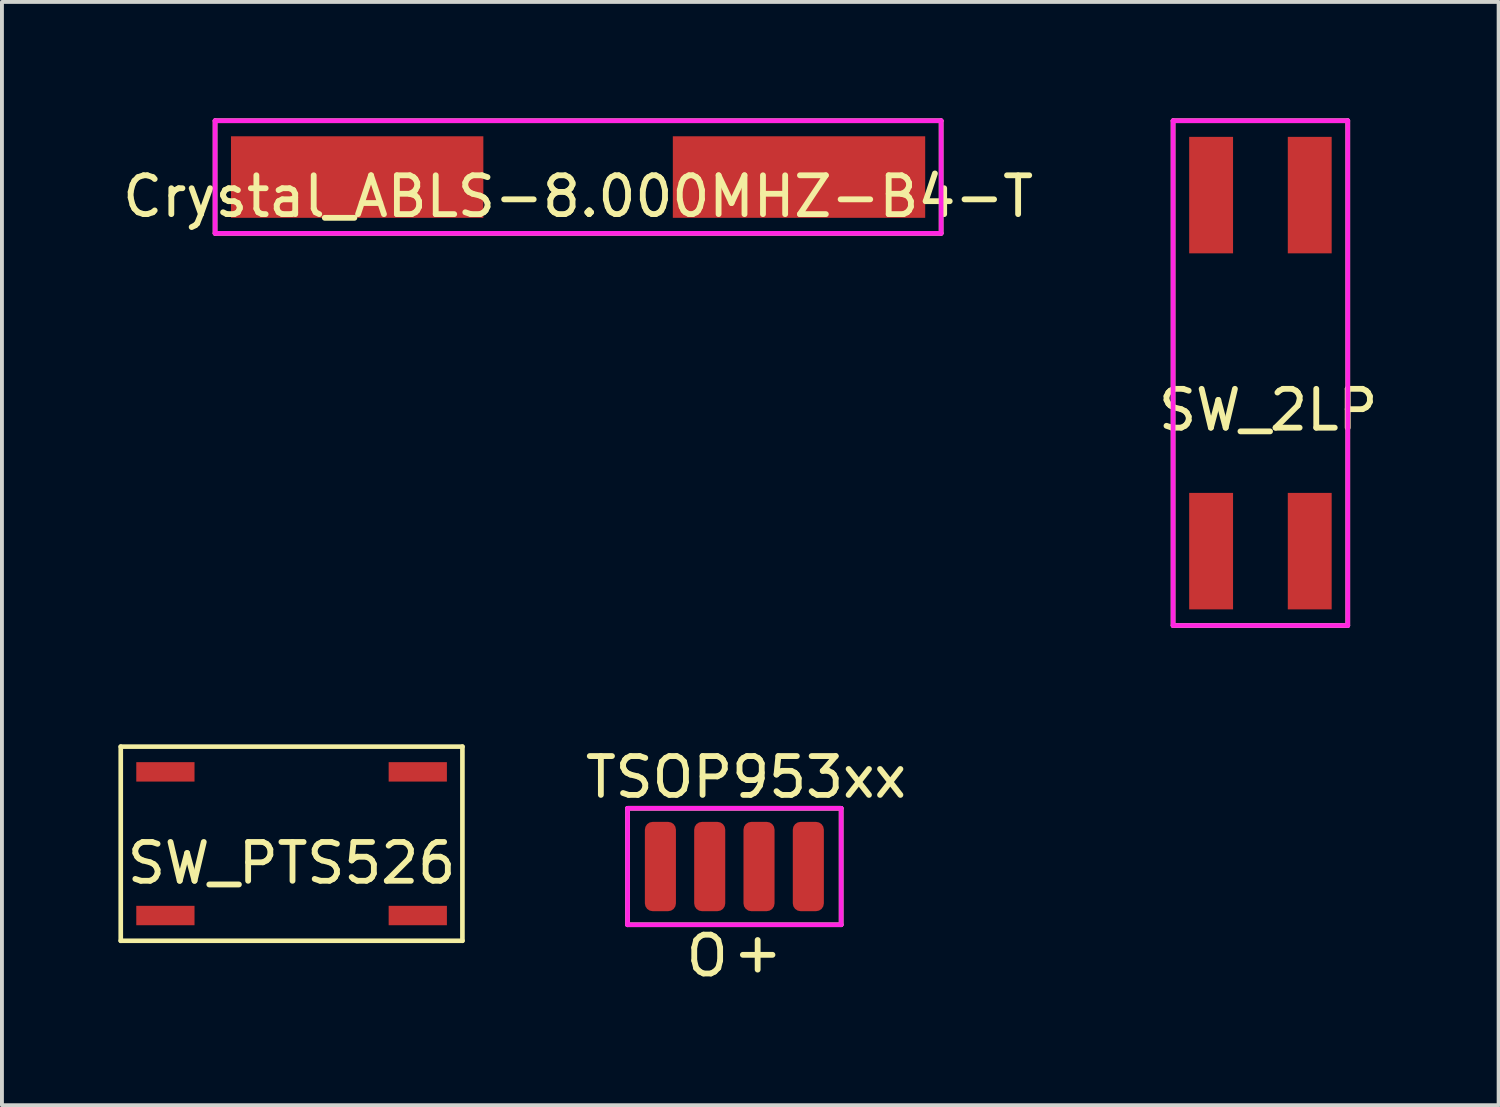
<source format=kicad_pcb>
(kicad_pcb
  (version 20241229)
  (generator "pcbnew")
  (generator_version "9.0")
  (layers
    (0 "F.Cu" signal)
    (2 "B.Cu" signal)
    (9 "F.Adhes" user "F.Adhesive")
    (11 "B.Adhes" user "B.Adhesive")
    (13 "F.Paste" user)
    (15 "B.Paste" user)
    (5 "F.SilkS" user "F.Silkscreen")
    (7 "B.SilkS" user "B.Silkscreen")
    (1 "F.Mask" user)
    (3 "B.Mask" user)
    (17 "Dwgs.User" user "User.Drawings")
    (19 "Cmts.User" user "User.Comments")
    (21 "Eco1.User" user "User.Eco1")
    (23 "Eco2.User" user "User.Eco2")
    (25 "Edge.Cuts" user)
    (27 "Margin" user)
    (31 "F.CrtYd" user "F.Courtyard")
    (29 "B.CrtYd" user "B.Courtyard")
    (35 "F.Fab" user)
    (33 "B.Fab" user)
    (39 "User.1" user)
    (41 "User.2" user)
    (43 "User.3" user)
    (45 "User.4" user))
  (footprint "SW_2LP"
    (layer "F.Cu")
    (at 29.413 6.56)
    (property "Reference" "SW_2LP" (at 0.2 0.95 0) (layer "F.SilkS") (effects (font (size 1 1) (thickness 0.15))))
    (attr through_hole)
    (fp_line (start -2.25 6.5) (end -2.25 -6.5) (stroke (width 0.12) (type solid)) (layer "F.SilkS"))
    (fp_line (start -2.25 6.5) (end 2.25 6.5) (stroke (width 0.12) (type solid)) (layer "F.SilkS"))
    (fp_line (start 2.25 -6.5) (end -2.25 -6.5) (stroke (width 0.12) (type solid)) (layer "F.SilkS"))
    (fp_line (start 2.25 6.5) (end 2.25 -6.5) (stroke (width 0.12) (type solid)) (layer "F.SilkS"))
    (fp_line (start -2.25 -6.5) (end -2.25 6.5) (stroke (width 0.12) (type solid)) (layer "F.CrtYd"))
    (fp_line (start -2.25 6.5) (end 2.25 6.5) (stroke (width 0.12) (type solid)) (layer "F.CrtYd"))
    (fp_line (start 2.25 -6.5) (end -2.25 -6.5) (stroke (width 0.12) (type solid)) (layer "F.CrtYd"))
    (fp_line (start 2.25 6.5) (end 2.25 -6.5) (stroke (width 0.12) (type solid)) (layer "F.CrtYd"))
    (pad "1" smd rect (at -1.27 -4.585) (size 1.13 3) (layers "F.Cu" "F.Mask" "F.Paste"))
    (pad "2" smd rect (at 1.27 -4.585) (size 1.13 3) (layers "F.Cu" "F.Mask" "F.Paste"))
    (pad "3" smd rect (at -1.27 4.585) (size 1.13 3) (layers "F.Cu" "F.Mask" "F.Paste"))
    (pad "4" smd rect (at 1.27 4.585) (size 1.13 3) (layers "F.Cu" "F.Mask" "F.Paste")))
  (footprint "SW_PTS526"
    (layer "F.Cu")
    (at 4.46 18.68)
    (property "Reference" "SW_PTS526" (at 0 0.5 0) (layer "F.SilkS") (effects (font (size 1 1) (thickness 0.15))))
    (attr through_hole)
    (fp_line (start -4.4 -2.5) (end 4.4 -2.5) (stroke (width 0.12) (type solid)) (layer "F.SilkS"))
    (fp_line (start -4.4 2.5) (end -4.4 -2.5) (stroke (width 0.12) (type solid)) (layer "F.SilkS"))
    (fp_line (start 4.4 -2.5) (end 4.4 2.5) (stroke (width 0.12) (type solid)) (layer "F.SilkS"))
    (fp_line (start 4.4 2.5) (end -4.4 2.5) (stroke (width 0.12) (type solid)) (layer "F.SilkS"))
    (pad "1" smd rect (at -3.25 -1.85) (size 1.5 0.5) (layers "F.Cu" "F.Mask" "F.Paste"))
    (pad "1" smd rect (at -3.25 1.85) (size 1.5 0.5) (layers "F.Cu" "F.Mask" "F.Paste"))
    (pad "2" smd rect (at 3.25 -1.85) (size 1.5 0.5) (layers "F.Cu" "F.Mask" "F.Paste"))
    (pad "2" smd rect (at 3.25 1.85) (size 1.5 0.5) (layers "F.Cu" "F.Mask" "F.Paste")))
  (footprint "TSOP953xx"
    (layer "F.Cu")
    (at 15.864 19.268)
    (property "Reference" "TSOP953xx" (at 0.3 -2.3 0) (layer "F.SilkS") (effects (font (size 1 1) (thickness 0.15))))
    (attr through_hole)
    (fp_line (start -2.75 -1.5) (end -2.75 1.5) (stroke (width 0.12) (type solid)) (layer "F.SilkS"))
    (fp_line (start -2.75 1.5) (end 2.75 1.5) (stroke (width 0.12) (type solid)) (layer "F.SilkS"))
    (fp_line (start 2.75 -1.5) (end -2.75 -1.5) (stroke (width 0.12) (type solid)) (layer "F.SilkS"))
    (fp_line (start 2.75 1.5) (end 2.75 -1.5) (stroke (width 0.12) (type solid)) (layer "F.SilkS"))
    (fp_line (start -2.75 -1.5) (end -2.75 1.5) (stroke (width 0.12) (type solid)) (layer "F.CrtYd"))
    (fp_line (start -2.75 1.5) (end 2.75 1.5) (stroke (width 0.12) (type solid)) (layer "F.CrtYd"))
    (fp_line (start 2.75 -1.5) (end -2.75 -1.5) (stroke (width 0.12) (type solid)) (layer "F.CrtYd"))
    (fp_line (start 2.75 1.5) (end 2.75 -1.5) (stroke (width 0.12) (type solid)) (layer "F.CrtYd"))
    (fp_text user "+" (at 0.6 2.2 0) (layer "F.SilkS") (effects (font (size 1 1) (thickness 0.15))))
    (fp_text user "O" (at -0.7 2.3 0) (layer "F.SilkS") (effects (font (size 1 1) (thickness 0.15))))
    (pad "1" smd roundrect (at -1.905 0) (size 0.8 2.3) (layers "F.Cu" "F.Mask" "F.Paste") (roundrect_rratio 0.25))
    (pad "1" smd roundrect (at 1.905 0) (size 0.8 2.3) (layers "F.Cu" "F.Mask" "F.Paste") (roundrect_rratio 0.25))
    (pad "2" smd roundrect (at -0.635 0) (size 0.8 2.3) (layers "F.Cu" "F.Mask" "F.Paste") (roundrect_rratio 0.25))
    (pad "3" smd roundrect (at 0.635 0) (size 0.8 2.3) (layers "F.Cu" "F.Mask" "F.Paste") (roundrect_rratio 0.25)))
  (footprint "Crystal_ABLS-8.000MHZ-B4-T"
    (layer "F.Cu")
    (at 11.839 1.51)
    (property "Reference" "Crystal_ABLS-8.000MHZ-B4-T" (at 0 0.5 0) (layer "F.SilkS") (effects (font (size 1 1) (thickness 0.15))))
    (attr through_hole)
    (fp_line (start -9.35 -1.45) (end -9.35 1.45) (stroke (width 0.12) (type solid)) (layer "F.SilkS"))
    (fp_line (start -9.35 1.45) (end 9.35 1.45) (stroke (width 0.12) (type solid)) (layer "F.SilkS"))
    (fp_line (start 9.35 -1.45) (end -9.35 -1.45) (stroke (width 0.12) (type solid)) (layer "F.SilkS"))
    (fp_line (start 9.35 1.45) (end 9.35 -1.45) (stroke (width 0.12) (type solid)) (layer "F.SilkS"))
    (fp_line (start -9.35 -1.45) (end -9.35 1.45) (stroke (width 0.12) (type solid)) (layer "F.CrtYd"))
    (fp_line (start -9.35 1.45) (end 9.35 1.45) (stroke (width 0.12) (type solid)) (layer "F.CrtYd"))
    (fp_line (start 9.35 -1.45) (end -9.35 -1.45) (stroke (width 0.12) (type solid)) (layer "F.CrtYd"))
    (fp_line (start 9.35 1.45) (end 9.35 -1.45) (stroke (width 0.12) (type solid)) (layer "F.CrtYd"))
    (pad "1" smd rect (at -5.69 0) (size 6.5 2.1) (layers "F.Cu" "F.Mask" "F.Paste"))
    (pad "2" smd rect (at 5.69 0) (size 6.5 2.1) (layers "F.Cu" "F.Mask" "F.Paste")))
  (gr_rect
    (start -3 -3)
    (end 35.548 25.416)
    (stroke (width 0.1) (type default))
    (fill no)
    (layer "Edge.Cuts")))
</source>
